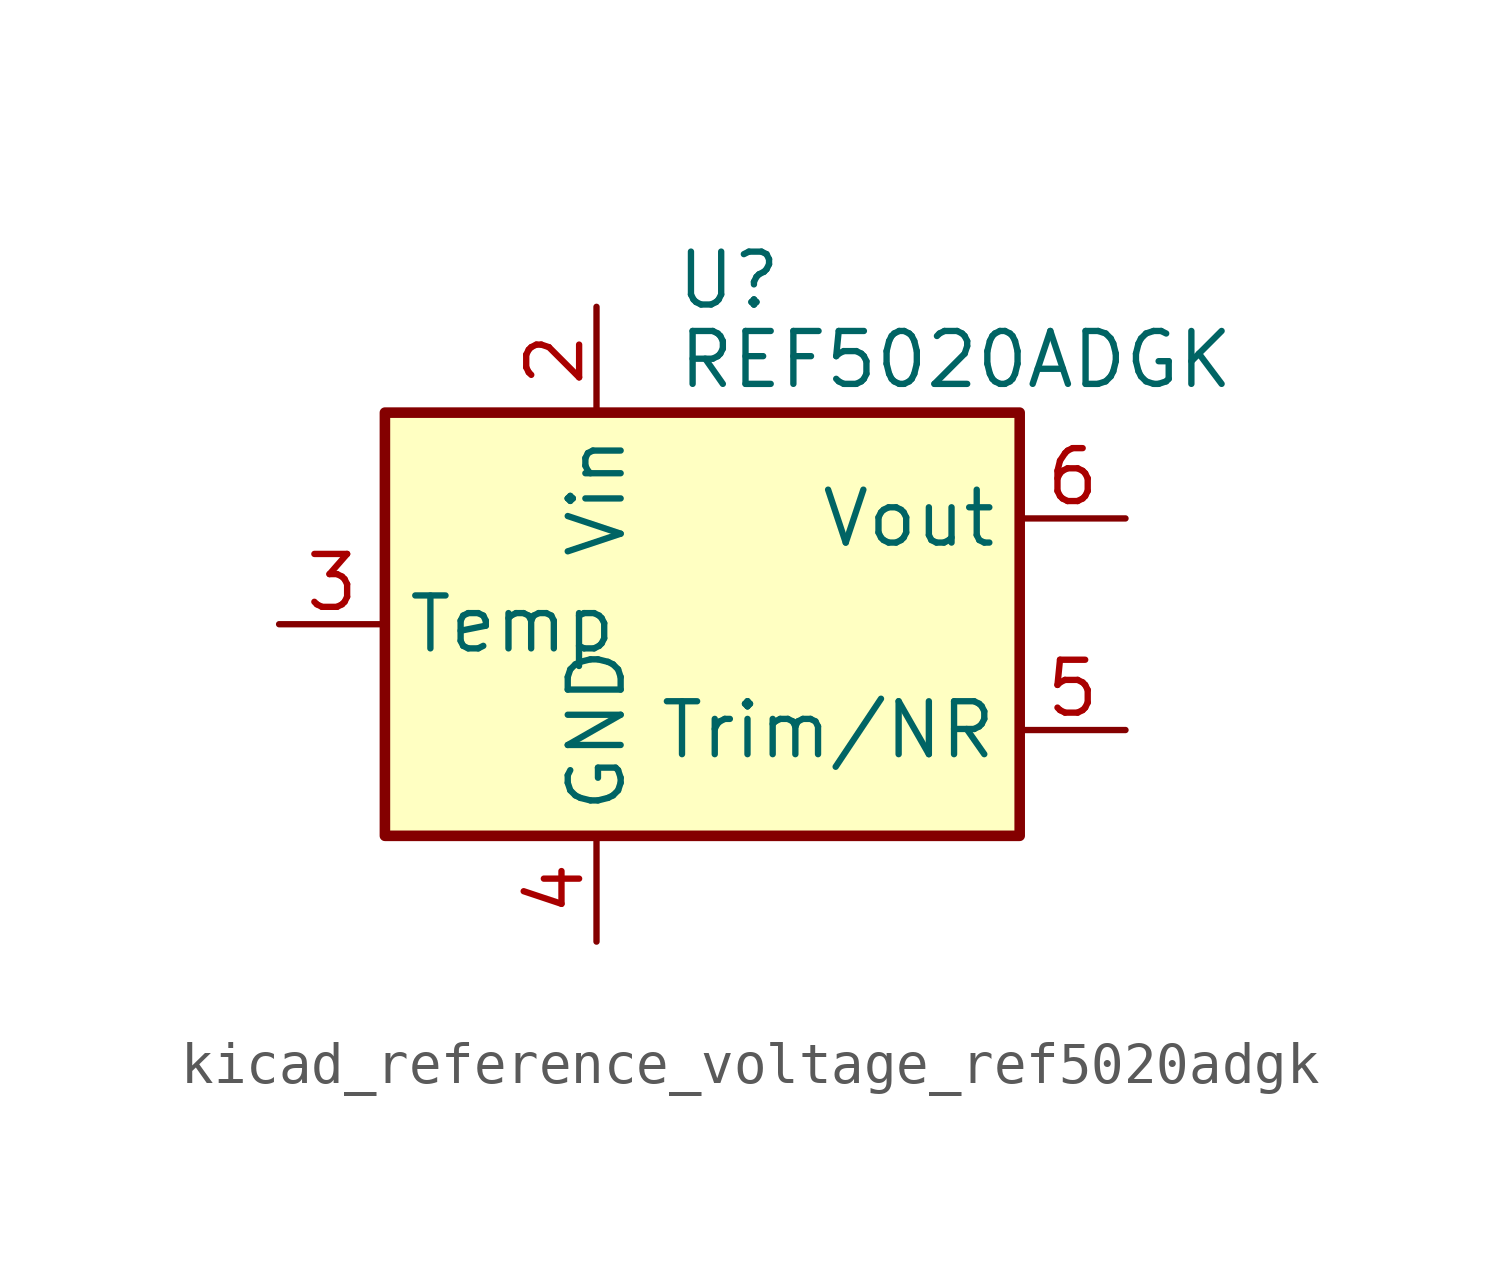
<source format=kicad_sym>
(kicad_symbol_lib
  (version 20220914)
  (generator kicad_symbol_editor)
  (symbol "kicad_reference_voltage_ref5020adgk"
    (property "Reference" "U"
      (at 0.635 8.255 0)
      (effects (font (size 1.27 1.27))))
    (property "Value" "REF5020ADGK"
      (at -0.635 6.35 0)
      (effects (font (size 1.27 1.27)) (justify left)))
    (symbol "kicad_reference_voltage_ref5020adgk_0_1"
      (rectangle (start -7.62 5.08) (end 7.62 -5.08) (stroke (width 0.254) (type default)) (fill (type background))))
    (symbol "kicad_reference_voltage_ref5020adgk_1_1"
      (pin no_connect line (at -7.62 2.54 0) (length 2.54) hide (name "DNC" (effects (font (size 1.27 1.27)))) (number "1" (effects (font (size 1.27 1.27)))))
      (pin power_in line (at -2.54 7.62 270) (length 2.54) (name "Vin" (effects (font (size 1.27 1.27)))) (number "2" (effects (font (size 1.27 1.27)))))
      (pin passive line (at -10.16 0 0) (length 2.54) (name "Temp" (effects (font (size 1.27 1.27)))) (number "3" (effects (font (size 1.27 1.27)))))
      (pin power_in line (at -2.54 -7.62 90) (length 2.54) (name "GND" (effects (font (size 1.27 1.27)))) (number "4" (effects (font (size 1.27 1.27)))))
      (pin passive line (at 10.16 -2.54 180) (length 2.54) (name "Trim/NR" (effects (font (size 1.27 1.27)))) (number "5" (effects (font (size 1.27 1.27)))))
      (pin power_out line (at 10.16 2.54 180) (length 2.54) (name "Vout" (effects (font (size 1.27 1.27)))) (number "6" (effects (font (size 1.27 1.27)))))
      (pin no_connect line (at -5.08 -5.08 90) (length 2.54) hide (name "NC" (effects (font (size 1.27 1.27)))) (number "7" (effects (font (size 1.27 1.27)))))
      (pin no_connect line (at 7.62 0 180) (length 2.54) hide (name "DNC" (effects (font (size 1.27 1.27)))) (number "8" (effects (font (size 1.27 1.27))))))))
</source>
